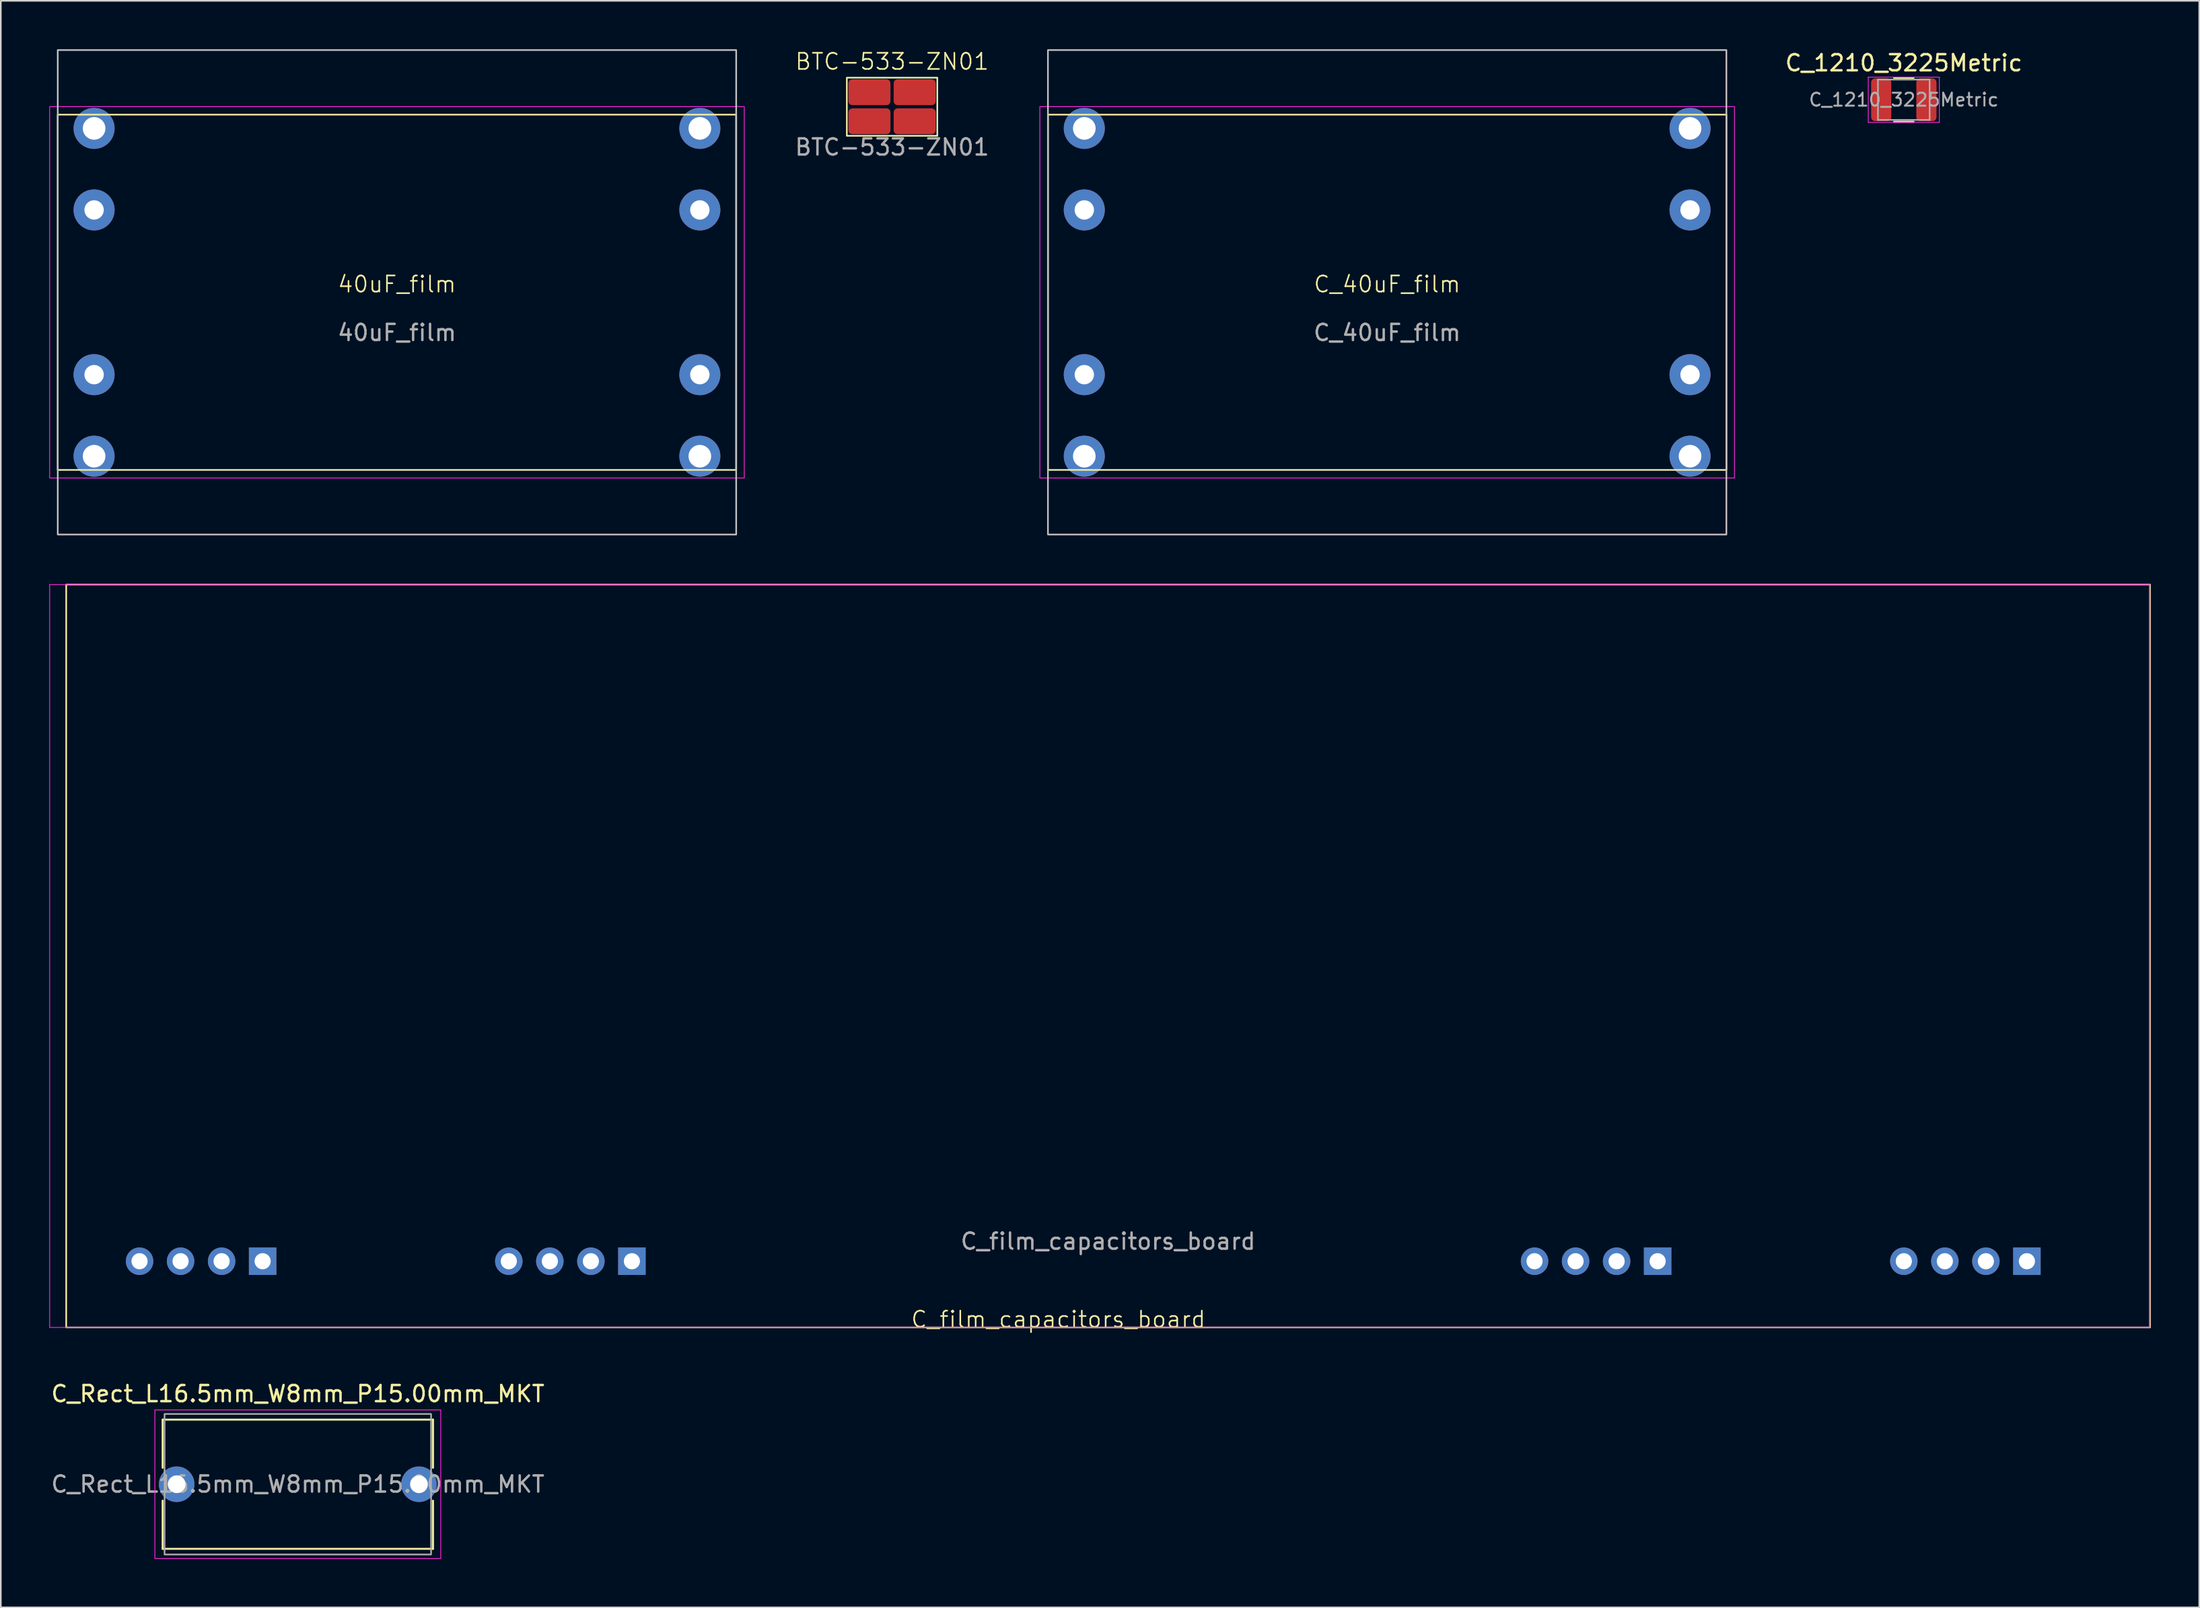
<source format=kicad_pcb>
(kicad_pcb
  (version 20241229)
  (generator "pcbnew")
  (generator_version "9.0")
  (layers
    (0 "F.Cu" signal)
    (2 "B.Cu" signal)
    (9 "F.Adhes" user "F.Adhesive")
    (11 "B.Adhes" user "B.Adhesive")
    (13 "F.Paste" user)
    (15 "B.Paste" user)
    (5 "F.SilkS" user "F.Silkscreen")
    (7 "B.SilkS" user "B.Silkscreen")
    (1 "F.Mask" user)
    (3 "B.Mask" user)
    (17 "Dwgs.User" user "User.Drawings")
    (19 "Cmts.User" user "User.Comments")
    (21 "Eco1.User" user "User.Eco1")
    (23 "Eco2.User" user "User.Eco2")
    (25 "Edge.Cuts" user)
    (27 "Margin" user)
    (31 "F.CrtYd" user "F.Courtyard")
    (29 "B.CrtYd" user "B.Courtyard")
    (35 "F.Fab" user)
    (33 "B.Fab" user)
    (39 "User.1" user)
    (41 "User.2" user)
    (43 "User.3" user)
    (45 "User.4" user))
  (footprint "C_40uF_film"
    (layer "F.Cu")
    (at 82.825 15.05)
    (property "Reference" "C_40uF_film" (at 0 -0.5 0) (unlocked yes) (layer "F.SilkS") (effects (font (size 1 1) (thickness 0.1))))
    (attr through_hole)
    (fp_rect (start -21 -11) (end 21 11) (stroke (width 0.1) (type solid)) (fill no) (layer "F.SilkS"))
    (fp_rect (start -21 -15) (end 21 15) (stroke (width 0.1) (type solid)) (fill no) (layer "Dwgs.User"))
    (fp_rect (start -21.5 -11.5) (end 21.5 11.5) (stroke (width 0.05) (type solid)) (fill no) (layer "F.CrtYd"))
    (fp_text user "${REFERENCE}" (at 0 2.5 0) (unlocked yes) (layer "F.Fab") (effects (font (size 1 1) (thickness 0.15))))
    (pad "1" thru_hole circle (at -18.75 -10.15) (size 2.54 2.54) (drill 1.4) (layers "*.Cu" "*.Mask"))
    (pad "1" thru_hole circle (at -18.75 -5.1) (size 2.54 2.54) (drill 1.2) (layers "*.Cu" "*.Mask"))
    (pad "1" thru_hole circle (at -18.75 5.1) (size 2.54 2.54) (drill 1.2) (layers "*.Cu" "*.Mask"))
    (pad "1" thru_hole circle (at -18.75 10.15) (size 2.54 2.54) (drill 1.4) (layers "*.Cu" "*.Mask"))
    (pad "2" thru_hole circle (at 18.75 -10.15) (size 2.54 2.54) (drill 1.4) (layers "*.Cu" "*.Mask"))
    (pad "2" thru_hole circle (at 18.75 -5.1) (size 2.54 2.54) (drill 1.2) (layers "*.Cu" "*.Mask"))
    (pad "2" thru_hole circle (at 18.75 5.1) (size 2.54 2.54) (drill 1.2) (layers "*.Cu" "*.Mask"))
    (pad "2" thru_hole circle (at 18.75 10.15) (size 2.54 2.54) (drill 1.4) (layers "*.Cu" "*.Mask")))
  (footprint "C_1210_3225Metric"
    (layer "F.Cu")
    (at 114.808 3.128)
    (property "Reference" "C_1210_3225Metric" (at 0 -2.28 0) (layer "F.SilkS") (effects (font (size 1 1) (thickness 0.15))))
    (attr smd)
    (fp_line (start -0.602 -1.36) (end 0.602 -1.36) (stroke (width 0.12) (type solid)) (layer "F.SilkS"))
    (fp_line (start -0.602 1.36) (end 0.602 1.36) (stroke (width 0.12) (type solid)) (layer "F.SilkS"))
    (fp_line (start -2.2 -1.4) (end 2.2 -1.4) (stroke (width 0.05) (type solid)) (layer "F.CrtYd"))
    (fp_line (start -2.2 1.4) (end -2.2 -1.4) (stroke (width 0.05) (type solid)) (layer "F.CrtYd"))
    (fp_line (start 2.2 -1.4) (end 2.2 1.4) (stroke (width 0.05) (type solid)) (layer "F.CrtYd"))
    (fp_line (start 2.2 1.4) (end -2.2 1.4) (stroke (width 0.05) (type solid)) (layer "F.CrtYd"))
    (fp_line (start -1.6 -1.25) (end 1.6 -1.25) (stroke (width 0.1) (type solid)) (layer "F.Fab"))
    (fp_line (start -1.6 1.25) (end -1.6 -1.25) (stroke (width 0.1) (type solid)) (layer "F.Fab"))
    (fp_line (start 1.6 -1.25) (end 1.6 1.25) (stroke (width 0.1) (type solid)) (layer "F.Fab"))
    (fp_line (start 1.6 1.25) (end -1.6 1.25) (stroke (width 0.1) (type solid)) (layer "F.Fab"))
    (fp_text user "${REFERENCE}" (at 0 0 0) (layer "F.Fab") (effects (font (size 0.8 0.8) (thickness 0.12))))
    (pad "1" smd roundrect (at -1.4 0) (size 1.25 2.65) (layers "F.Cu" "F.Mask" "F.Paste") (roundrect_rratio 0.2))
    (pad "2" smd roundrect (at 1.4 0) (size 1.25 2.65) (layers "F.Cu" "F.Mask" "F.Paste") (roundrect_rratio 0.2)))
  (footprint "C_film_capacitors_board"
    (layer "F.Cu")
    (at 65.549 79.15)
    (property "Reference" "C_film_capacitors_board" (at -3.08 -0.5 0) (unlocked yes) (layer "F.SilkS") (effects (font (size 1 1) (thickness 0.1))))
    (attr through_hole)
    (fp_rect (start -64.5 -46) (end 64.5 0) (stroke (width 0.1) (type solid)) (fill no) (layer "F.SilkS"))
    (fp_rect (start -65.524 -46) (end 64.476 0) (stroke (width 0.05) (type solid)) (fill no) (layer "F.CrtYd"))
    (fp_text user "${REFERENCE}" (at 0 -5.334 0) (unlocked yes) (layer "F.Fab") (effects (font (size 1 1) (thickness 0.15))))
    (pad "1" thru_hole circle (at -37.1 -4.1 270) (size 1.7 1.7) (drill 1) (layers "*.Cu" "*.Mask"))
    (pad "1" thru_hole circle (at -34.56 -4.1 270) (size 1.7 1.7) (drill 1) (layers "*.Cu" "*.Mask"))
    (pad "1" thru_hole circle (at -32.02 -4.1 270) (size 1.7 1.7) (drill 1) (layers "*.Cu" "*.Mask"))
    (pad "1" thru_hole rect (at -29.48 -4.1 270) (size 1.7 1.7) (drill 1) (layers "*.Cu" "*.Mask"))
    (pad "1" thru_hole circle (at 49.26 -4.1 270) (size 1.7 1.7) (drill 1) (layers "*.Cu" "*.Mask"))
    (pad "1" thru_hole circle (at 51.8 -4.1 270) (size 1.7 1.7) (drill 1) (layers "*.Cu" "*.Mask"))
    (pad "1" thru_hole circle (at 54.34 -4.1 270) (size 1.7 1.7) (drill 1) (layers "*.Cu" "*.Mask"))
    (pad "1" thru_hole rect (at 56.88 -4.1 270) (size 1.7 1.7) (drill 1) (layers "*.Cu" "*.Mask"))
    (pad "2" thru_hole circle (at -59.96 -4.1 270) (size 1.7 1.7) (drill 1) (layers "*.Cu" "*.Mask"))
    (pad "2" thru_hole circle (at -57.42 -4.1 270) (size 1.7 1.7) (drill 1) (layers "*.Cu" "*.Mask"))
    (pad "2" thru_hole circle (at -54.88 -4.1 270) (size 1.7 1.7) (drill 1) (layers "*.Cu" "*.Mask"))
    (pad "2" thru_hole rect (at -52.34 -4.1 270) (size 1.7 1.7) (drill 1) (layers "*.Cu" "*.Mask"))
    (pad "2" thru_hole circle (at 26.4 -4.1 270) (size 1.7 1.7) (drill 1) (layers "*.Cu" "*.Mask"))
    (pad "2" thru_hole circle (at 28.94 -4.1 270) (size 1.7 1.7) (drill 1) (layers "*.Cu" "*.Mask"))
    (pad "2" thru_hole circle (at 31.48 -4.1 270) (size 1.7 1.7) (drill 1) (layers "*.Cu" "*.Mask"))
    (pad "2" thru_hole rect (at 34.02 -4.1 270) (size 1.7 1.7) (drill 1) (layers "*.Cu" "*.Mask")))
  (footprint "BTC-533-ZN01"
    (layer "F.Cu")
    (at 52.175 3.561)
    (property "Reference" "BTC-533-ZN01" (at 0 -2.8 0) (unlocked yes) (layer "F.SilkS") (effects (font (size 1 1) (thickness 0.1))))
    (attr smd)
    (fp_rect (start -2.8 -1.8) (end 2.8 1.8) (stroke (width 0.1) (type default)) (fill no) (layer "F.SilkS"))
    (fp_text user "${REFERENCE}" (at 0 2.5 0) (unlocked yes) (layer "F.Fab") (effects (font (size 1 1) (thickness 0.15))))
    (pad "1" smd roundrect (at -1.4 -0.9) (size 2.6 1.6) (layers "F.Cu" "F.Mask" "F.Paste") (roundrect_rratio 0.15))
    (pad "1" smd roundrect (at -1.4 0.9) (size 2.6 1.6) (layers "F.Cu" "F.Mask" "F.Paste") (roundrect_rratio 0.15))
    (pad "1" smd roundrect (at 1.4 -0.9) (size 2.6 1.6) (layers "F.Cu" "F.Mask" "F.Paste") (roundrect_rratio 0.15))
    (pad "1" smd roundrect (at 1.4 0.9) (size 2.6 1.6) (layers "F.Cu" "F.Mask" "F.Paste") (roundrect_rratio 0.15)))
  (footprint "40uF_film"
    (layer "F.Cu")
    (at 21.525 15.05)
    (property "Reference" "40uF_film" (at 0 -0.5 0) (unlocked yes) (layer "F.SilkS") (effects (font (size 1 1) (thickness 0.1))))
    (attr through_hole)
    (fp_rect (start -21 -11) (end 21 11) (stroke (width 0.1) (type solid)) (fill no) (layer "F.SilkS"))
    (fp_rect (start -21 -15) (end 21 15) (stroke (width 0.1) (type solid)) (fill no) (layer "Dwgs.User"))
    (fp_rect (start -21.5 -11.5) (end 21.5 11.5) (stroke (width 0.05) (type solid)) (fill no) (layer "F.CrtYd"))
    (fp_text user "${REFERENCE}" (at 0 2.5 0) (unlocked yes) (layer "F.Fab") (effects (font (size 1 1) (thickness 0.15))))
    (pad "1" thru_hole circle (at -18.75 -10.15) (size 2.54 2.54) (drill 1.4) (layers "*.Cu" "*.Mask"))
    (pad "1" thru_hole circle (at -18.75 -5.1) (size 2.54 2.54) (drill 1.2) (layers "*.Cu" "*.Mask"))
    (pad "1" thru_hole circle (at -18.75 5.1) (size 2.54 2.54) (drill 1.2) (layers "*.Cu" "*.Mask"))
    (pad "1" thru_hole circle (at -18.75 10.15) (size 2.54 2.54) (drill 1.4) (layers "*.Cu" "*.Mask"))
    (pad "2" thru_hole circle (at 18.75 -10.15) (size 2.54 2.54) (drill 1.4) (layers "*.Cu" "*.Mask"))
    (pad "2" thru_hole circle (at 18.75 -5.1) (size 2.54 2.54) (drill 1.2) (layers "*.Cu" "*.Mask"))
    (pad "2" thru_hole circle (at 18.75 5.1) (size 2.54 2.54) (drill 1.2) (layers "*.Cu" "*.Mask"))
    (pad "2" thru_hole circle (at 18.75 10.15) (size 2.54 2.54) (drill 1.4) (layers "*.Cu" "*.Mask")))
  (footprint "C_Rect_L16.5mm_W8mm_P15.00mm_MKT"
    (layer "F.Cu")
    (at 7.887 88.859)
    (property "Reference" "C_Rect_L16.5mm_W8mm_P15.00mm_MKT" (at 7.5 -5.6 0) (layer "F.SilkS") (effects (font (size 1 1) (thickness 0.15))))
    (attr through_hole)
    (fp_line (start -0.87 -4) (end 15.87 -4) (stroke (width 0.12) (type solid)) (layer "F.SilkS"))
    (fp_line (start -0.87 -1.019) (end -0.87 -4) (stroke (width 0.12) (type solid)) (layer "F.SilkS"))
    (fp_line (start -0.87 4) (end -0.87 1.019) (stroke (width 0.12) (type solid)) (layer "F.SilkS"))
    (fp_line (start 15.87 -4) (end 15.87 -1.019) (stroke (width 0.12) (type solid)) (layer "F.SilkS"))
    (fp_line (start 15.87 1.019) (end 15.87 4) (stroke (width 0.12) (type solid)) (layer "F.SilkS"))
    (fp_line (start 15.87 4) (end -0.87 4) (stroke (width 0.12) (type solid)) (layer "F.SilkS"))
    (fp_rect (start -1.35 -4.6) (end 16.35 4.6) (stroke (width 0.05) (type solid)) (fill no) (layer "F.CrtYd"))
    (fp_rect (start -0.75 -4.35) (end 15.75 4.35) (stroke (width 0.1) (type solid)) (fill no) (layer "F.Fab"))
    (fp_text user "${REFERENCE}" (at 7.5 0 0) (layer "F.Fab") (effects (font (size 1 1) (thickness 0.15))))
    (pad "1" thru_hole circle (at 0 0) (size 2.2 2.2) (drill 1.1) (layers "*.Cu" "*.Mask"))
    (pad "2" thru_hole circle (at 15 0) (size 2.2 2.2) (drill 1.1) (layers "*.Cu" "*.Mask")))
  (gr_rect
    (start -3 -3)
    (end 133.099 96.484)
    (stroke (width 0.1) (type default))
    (fill no)
    (layer "Edge.Cuts")))
</source>
